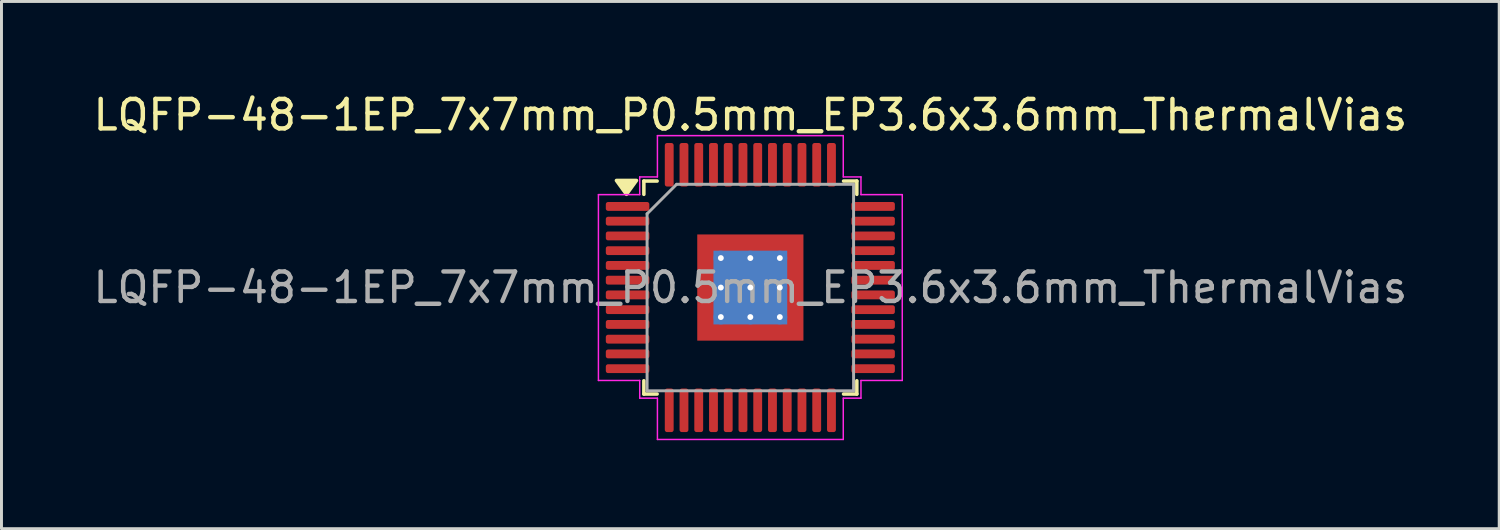
<source format=kicad_pcb>
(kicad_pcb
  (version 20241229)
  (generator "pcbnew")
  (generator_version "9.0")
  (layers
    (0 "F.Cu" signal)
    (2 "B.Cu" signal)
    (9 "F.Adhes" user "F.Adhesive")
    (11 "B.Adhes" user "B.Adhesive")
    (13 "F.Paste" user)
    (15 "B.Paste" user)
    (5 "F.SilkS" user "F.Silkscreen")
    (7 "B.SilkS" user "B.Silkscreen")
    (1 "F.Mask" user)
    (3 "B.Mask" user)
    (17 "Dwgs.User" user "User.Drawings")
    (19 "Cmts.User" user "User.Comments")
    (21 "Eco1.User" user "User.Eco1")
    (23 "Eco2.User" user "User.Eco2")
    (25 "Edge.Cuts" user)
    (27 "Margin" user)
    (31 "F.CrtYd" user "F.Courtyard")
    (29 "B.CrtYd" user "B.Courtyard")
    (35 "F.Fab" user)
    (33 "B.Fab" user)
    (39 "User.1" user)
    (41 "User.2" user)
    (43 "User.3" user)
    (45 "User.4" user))
  (footprint "LQFP-48-1EP_7x7mm_P0.5mm_EP3.6x3.6mm_ThermalVias"
    (layer "F.Cu")
    (at 22.387 6.698)
    (property "Reference" "LQFP-48-1EP_7x7mm_P0.5mm_EP3.6x3.6mm_ThermalVias" (at 0 -5.85 0) (layer "F.SilkS") (effects (font (size 1 1) (thickness 0.15))))
    (attr smd)
    (fp_line (start -3.61 -3.61) (end -3.61 -3.16) (stroke (width 0.12) (type solid)) (layer "F.SilkS"))
    (fp_line (start -3.61 3.61) (end -3.61 3.16) (stroke (width 0.12) (type solid)) (layer "F.SilkS"))
    (fp_line (start -3.16 -3.61) (end -3.61 -3.61) (stroke (width 0.12) (type solid)) (layer "F.SilkS"))
    (fp_line (start -3.16 3.61) (end -3.61 3.61) (stroke (width 0.12) (type solid)) (layer "F.SilkS"))
    (fp_line (start 3.16 -3.61) (end 3.61 -3.61) (stroke (width 0.12) (type solid)) (layer "F.SilkS"))
    (fp_line (start 3.16 3.61) (end 3.61 3.61) (stroke (width 0.12) (type solid)) (layer "F.SilkS"))
    (fp_line (start 3.61 -3.61) (end 3.61 -3.16) (stroke (width 0.12) (type solid)) (layer "F.SilkS"))
    (fp_line (start 3.61 3.61) (end 3.61 3.16) (stroke (width 0.12) (type solid)) (layer "F.SilkS"))
    (fp_poly (pts (xy -4.2 -3.16) (xy -4.54 -3.63) (xy -3.86 -3.63)) (stroke (width 0.12) (type solid)) (fill yes) (layer "F.SilkS"))
    (fp_line (start -5.15 -3.15) (end -3.75 -3.15) (stroke (width 0.05) (type solid)) (layer "F.CrtYd"))
    (fp_line (start -5.15 3.15) (end -5.15 -3.15) (stroke (width 0.05) (type solid)) (layer "F.CrtYd"))
    (fp_line (start -3.75 -3.75) (end -3.15 -3.75) (stroke (width 0.05) (type solid)) (layer "F.CrtYd"))
    (fp_line (start -3.75 -3.15) (end -3.75 -3.75) (stroke (width 0.05) (type solid)) (layer "F.CrtYd"))
    (fp_line (start -3.75 3.15) (end -5.15 3.15) (stroke (width 0.05) (type solid)) (layer "F.CrtYd"))
    (fp_line (start -3.75 3.75) (end -3.75 3.15) (stroke (width 0.05) (type solid)) (layer "F.CrtYd"))
    (fp_line (start -3.15 -5.15) (end 3.15 -5.15) (stroke (width 0.05) (type solid)) (layer "F.CrtYd"))
    (fp_line (start -3.15 -3.75) (end -3.15 -5.15) (stroke (width 0.05) (type solid)) (layer "F.CrtYd"))
    (fp_line (start -3.15 3.75) (end -3.75 3.75) (stroke (width 0.05) (type solid)) (layer "F.CrtYd"))
    (fp_line (start -3.15 5.15) (end -3.15 3.75) (stroke (width 0.05) (type solid)) (layer "F.CrtYd"))
    (fp_line (start 3.15 -5.15) (end 3.15 -3.75) (stroke (width 0.05) (type solid)) (layer "F.CrtYd"))
    (fp_line (start 3.15 -3.75) (end 3.75 -3.75) (stroke (width 0.05) (type solid)) (layer "F.CrtYd"))
    (fp_line (start 3.15 3.75) (end 3.15 5.15) (stroke (width 0.05) (type solid)) (layer "F.CrtYd"))
    (fp_line (start 3.15 5.15) (end -3.15 5.15) (stroke (width 0.05) (type solid)) (layer "F.CrtYd"))
    (fp_line (start 3.75 -3.75) (end 3.75 -3.15) (stroke (width 0.05) (type solid)) (layer "F.CrtYd"))
    (fp_line (start 3.75 -3.15) (end 5.15 -3.15) (stroke (width 0.05) (type solid)) (layer "F.CrtYd"))
    (fp_line (start 3.75 3.15) (end 3.75 3.75) (stroke (width 0.05) (type solid)) (layer "F.CrtYd"))
    (fp_line (start 3.75 3.75) (end 3.15 3.75) (stroke (width 0.05) (type solid)) (layer "F.CrtYd"))
    (fp_line (start 5.15 -3.15) (end 5.15 3.15) (stroke (width 0.05) (type solid)) (layer "F.CrtYd"))
    (fp_line (start 5.15 3.15) (end 3.75 3.15) (stroke (width 0.05) (type solid)) (layer "F.CrtYd"))
    (fp_line (start -3.5 -2.5) (end -2.5 -3.5) (stroke (width 0.1) (type solid)) (layer "F.Fab"))
    (fp_line (start -3.5 3.5) (end -3.5 -2.5) (stroke (width 0.1) (type solid)) (layer "F.Fab"))
    (fp_line (start -2.5 -3.5) (end 3.5 -3.5) (stroke (width 0.1) (type solid)) (layer "F.Fab"))
    (fp_line (start 3.5 -3.5) (end 3.5 3.5) (stroke (width 0.1) (type solid)) (layer "F.Fab"))
    (fp_line (start 3.5 3.5) (end -3.5 3.5) (stroke (width 0.1) (type solid)) (layer "F.Fab"))
    (fp_text user "${REFERENCE}" (at 0 0 0) (layer "F.Fab") (effects (font (size 1 1) (thickness 0.15))))
    (pad "" smd roundrect (at -1.2 -1.2) (size 0.97 0.97) (layers "F.Paste") (roundrect_rratio 0.25))
    (pad "" smd roundrect (at -1.2 0) (size 0.97 0.97) (layers "F.Paste") (roundrect_rratio 0.25))
    (pad "" smd roundrect (at -1.2 1.2) (size 0.97 0.97) (layers "F.Paste") (roundrect_rratio 0.25))
    (pad "" smd roundrect (at 0 -1.2) (size 0.97 0.97) (layers "F.Paste") (roundrect_rratio 0.25))
    (pad "" smd roundrect (at 0 0) (size 0.97 0.97) (layers "F.Paste") (roundrect_rratio 0.25))
    (pad "" smd roundrect (at 0 1.2) (size 0.97 0.97) (layers "F.Paste") (roundrect_rratio 0.25))
    (pad "" smd roundrect (at 1.2 -1.2) (size 0.97 0.97) (layers "F.Paste") (roundrect_rratio 0.25))
    (pad "" smd roundrect (at 1.2 0) (size 0.97 0.97) (layers "F.Paste") (roundrect_rratio 0.25))
    (pad "" smd roundrect (at 1.2 1.2) (size 0.97 0.97) (layers "F.Paste") (roundrect_rratio 0.25))
    (pad "1" smd roundrect (at -4.162 -2.75) (size 1.475 0.3) (layers "F.Cu" "F.Mask" "F.Paste") (roundrect_rratio 0.25))
    (pad "2" smd roundrect (at -4.162 -2.25) (size 1.475 0.3) (layers "F.Cu" "F.Mask" "F.Paste") (roundrect_rratio 0.25))
    (pad "3" smd roundrect (at -4.162 -1.75) (size 1.475 0.3) (layers "F.Cu" "F.Mask" "F.Paste") (roundrect_rratio 0.25))
    (pad "4" smd roundrect (at -4.162 -1.25) (size 1.475 0.3) (layers "F.Cu" "F.Mask" "F.Paste") (roundrect_rratio 0.25))
    (pad "5" smd roundrect (at -4.162 -0.75) (size 1.475 0.3) (layers "F.Cu" "F.Mask" "F.Paste") (roundrect_rratio 0.25))
    (pad "6" smd roundrect (at -4.162 -0.25) (size 1.475 0.3) (layers "F.Cu" "F.Mask" "F.Paste") (roundrect_rratio 0.25))
    (pad "7" smd roundrect (at -4.162 0.25) (size 1.475 0.3) (layers "F.Cu" "F.Mask" "F.Paste") (roundrect_rratio 0.25))
    (pad "8" smd roundrect (at -4.162 0.75) (size 1.475 0.3) (layers "F.Cu" "F.Mask" "F.Paste") (roundrect_rratio 0.25))
    (pad "9" smd roundrect (at -4.162 1.25) (size 1.475 0.3) (layers "F.Cu" "F.Mask" "F.Paste") (roundrect_rratio 0.25))
    (pad "10" smd roundrect (at -4.162 1.75) (size 1.475 0.3) (layers "F.Cu" "F.Mask" "F.Paste") (roundrect_rratio 0.25))
    (pad "11" smd roundrect (at -4.162 2.25) (size 1.475 0.3) (layers "F.Cu" "F.Mask" "F.Paste") (roundrect_rratio 0.25))
    (pad "12" smd roundrect (at -4.162 2.75) (size 1.475 0.3) (layers "F.Cu" "F.Mask" "F.Paste") (roundrect_rratio 0.25))
    (pad "13" smd roundrect (at -2.75 4.162) (size 0.3 1.475) (layers "F.Cu" "F.Mask" "F.Paste") (roundrect_rratio 0.25))
    (pad "14" smd roundrect (at -2.25 4.162) (size 0.3 1.475) (layers "F.Cu" "F.Mask" "F.Paste") (roundrect_rratio 0.25))
    (pad "15" smd roundrect (at -1.75 4.162) (size 0.3 1.475) (layers "F.Cu" "F.Mask" "F.Paste") (roundrect_rratio 0.25))
    (pad "16" smd roundrect (at -1.25 4.162) (size 0.3 1.475) (layers "F.Cu" "F.Mask" "F.Paste") (roundrect_rratio 0.25))
    (pad "17" smd roundrect (at -0.75 4.162) (size 0.3 1.475) (layers "F.Cu" "F.Mask" "F.Paste") (roundrect_rratio 0.25))
    (pad "18" smd roundrect (at -0.25 4.162) (size 0.3 1.475) (layers "F.Cu" "F.Mask" "F.Paste") (roundrect_rratio 0.25))
    (pad "19" smd roundrect (at 0.25 4.162) (size 0.3 1.475) (layers "F.Cu" "F.Mask" "F.Paste") (roundrect_rratio 0.25))
    (pad "20" smd roundrect (at 0.75 4.162) (size 0.3 1.475) (layers "F.Cu" "F.Mask" "F.Paste") (roundrect_rratio 0.25))
    (pad "21" smd roundrect (at 1.25 4.162) (size 0.3 1.475) (layers "F.Cu" "F.Mask" "F.Paste") (roundrect_rratio 0.25))
    (pad "22" smd roundrect (at 1.75 4.162) (size 0.3 1.475) (layers "F.Cu" "F.Mask" "F.Paste") (roundrect_rratio 0.25))
    (pad "23" smd roundrect (at 2.25 4.162) (size 0.3 1.475) (layers "F.Cu" "F.Mask" "F.Paste") (roundrect_rratio 0.25))
    (pad "24" smd roundrect (at 2.75 4.162) (size 0.3 1.475) (layers "F.Cu" "F.Mask" "F.Paste") (roundrect_rratio 0.25))
    (pad "25" smd roundrect (at 4.162 2.75) (size 1.475 0.3) (layers "F.Cu" "F.Mask" "F.Paste") (roundrect_rratio 0.25))
    (pad "26" smd roundrect (at 4.162 2.25) (size 1.475 0.3) (layers "F.Cu" "F.Mask" "F.Paste") (roundrect_rratio 0.25))
    (pad "27" smd roundrect (at 4.162 1.75) (size 1.475 0.3) (layers "F.Cu" "F.Mask" "F.Paste") (roundrect_rratio 0.25))
    (pad "28" smd roundrect (at 4.162 1.25) (size 1.475 0.3) (layers "F.Cu" "F.Mask" "F.Paste") (roundrect_rratio 0.25))
    (pad "29" smd roundrect (at 4.162 0.75) (size 1.475 0.3) (layers "F.Cu" "F.Mask" "F.Paste") (roundrect_rratio 0.25))
    (pad "30" smd roundrect (at 4.162 0.25) (size 1.475 0.3) (layers "F.Cu" "F.Mask" "F.Paste") (roundrect_rratio 0.25))
    (pad "31" smd roundrect (at 4.162 -0.25) (size 1.475 0.3) (layers "F.Cu" "F.Mask" "F.Paste") (roundrect_rratio 0.25))
    (pad "32" smd roundrect (at 4.162 -0.75) (size 1.475 0.3) (layers "F.Cu" "F.Mask" "F.Paste") (roundrect_rratio 0.25))
    (pad "33" smd roundrect (at 4.162 -1.25) (size 1.475 0.3) (layers "F.Cu" "F.Mask" "F.Paste") (roundrect_rratio 0.25))
    (pad "34" smd roundrect (at 4.162 -1.75) (size 1.475 0.3) (layers "F.Cu" "F.Mask" "F.Paste") (roundrect_rratio 0.25))
    (pad "35" smd roundrect (at 4.162 -2.25) (size 1.475 0.3) (layers "F.Cu" "F.Mask" "F.Paste") (roundrect_rratio 0.25))
    (pad "36" smd roundrect (at 4.162 -2.75) (size 1.475 0.3) (layers "F.Cu" "F.Mask" "F.Paste") (roundrect_rratio 0.25))
    (pad "37" smd roundrect (at 2.75 -4.162) (size 0.3 1.475) (layers "F.Cu" "F.Mask" "F.Paste") (roundrect_rratio 0.25))
    (pad "38" smd roundrect (at 2.25 -4.162) (size 0.3 1.475) (layers "F.Cu" "F.Mask" "F.Paste") (roundrect_rratio 0.25))
    (pad "39" smd roundrect (at 1.75 -4.162) (size 0.3 1.475) (layers "F.Cu" "F.Mask" "F.Paste") (roundrect_rratio 0.25))
    (pad "40" smd roundrect (at 1.25 -4.162) (size 0.3 1.475) (layers "F.Cu" "F.Mask" "F.Paste") (roundrect_rratio 0.25))
    (pad "41" smd roundrect (at 0.75 -4.162) (size 0.3 1.475) (layers "F.Cu" "F.Mask" "F.Paste") (roundrect_rratio 0.25))
    (pad "42" smd roundrect (at 0.25 -4.162) (size 0.3 1.475) (layers "F.Cu" "F.Mask" "F.Paste") (roundrect_rratio 0.25))
    (pad "43" smd roundrect (at -0.25 -4.162) (size 0.3 1.475) (layers "F.Cu" "F.Mask" "F.Paste") (roundrect_rratio 0.25))
    (pad "44" smd roundrect (at -0.75 -4.162) (size 0.3 1.475) (layers "F.Cu" "F.Mask" "F.Paste") (roundrect_rratio 0.25))
    (pad "45" smd roundrect (at -1.25 -4.162) (size 0.3 1.475) (layers "F.Cu" "F.Mask" "F.Paste") (roundrect_rratio 0.25))
    (pad "46" smd roundrect (at -1.75 -4.162) (size 0.3 1.475) (layers "F.Cu" "F.Mask" "F.Paste") (roundrect_rratio 0.25))
    (pad "47" smd roundrect (at -2.25 -4.162) (size 0.3 1.475) (layers "F.Cu" "F.Mask" "F.Paste") (roundrect_rratio 0.25))
    (pad "48" smd roundrect (at -2.75 -4.162) (size 0.3 1.475) (layers "F.Cu" "F.Mask" "F.Paste") (roundrect_rratio 0.25))
    (pad "49" thru_hole circle (at -1 -1) (size 0.5 0.5) (drill 0.2) (property pad_prop_heatsink) (layers "*.Cu"))
    (pad "49" thru_hole circle (at -1 0) (size 0.5 0.5) (drill 0.2) (property pad_prop_heatsink) (layers "*.Cu"))
    (pad "49" thru_hole circle (at -1 1) (size 0.5 0.5) (drill 0.2) (property pad_prop_heatsink) (layers "*.Cu"))
    (pad "49" thru_hole circle (at 0 -1) (size 0.5 0.5) (drill 0.2) (property pad_prop_heatsink) (layers "*.Cu"))
    (pad "49" thru_hole circle (at 0 0) (size 0.5 0.5) (drill 0.2) (property pad_prop_heatsink) (layers "*.Cu"))
    (pad "49" smd rect (at 0 0) (size 2.5 2.5) (property pad_prop_heatsink) (layers "B.Cu"))
    (pad "49" smd rect (at 0 0) (size 3.6 3.6) (property pad_prop_heatsink) (layers "F.Cu" "F.Mask"))
    (pad "49" thru_hole circle (at 0 1) (size 0.5 0.5) (drill 0.2) (property pad_prop_heatsink) (layers "*.Cu"))
    (pad "49" thru_hole circle (at 1 -1) (size 0.5 0.5) (drill 0.2) (property pad_prop_heatsink) (layers "*.Cu"))
    (pad "49" thru_hole circle (at 1 0) (size 0.5 0.5) (drill 0.2) (property pad_prop_heatsink) (layers "*.Cu"))
    (pad "49" thru_hole circle (at 1 1) (size 0.5 0.5) (drill 0.2) (property pad_prop_heatsink) (layers "*.Cu")))
  (gr_rect
    (start -3 -3)
    (end 47.774 14.873)
    (stroke (width 0.1) (type default))
    (fill no)
    (layer "Edge.Cuts")))
</source>
